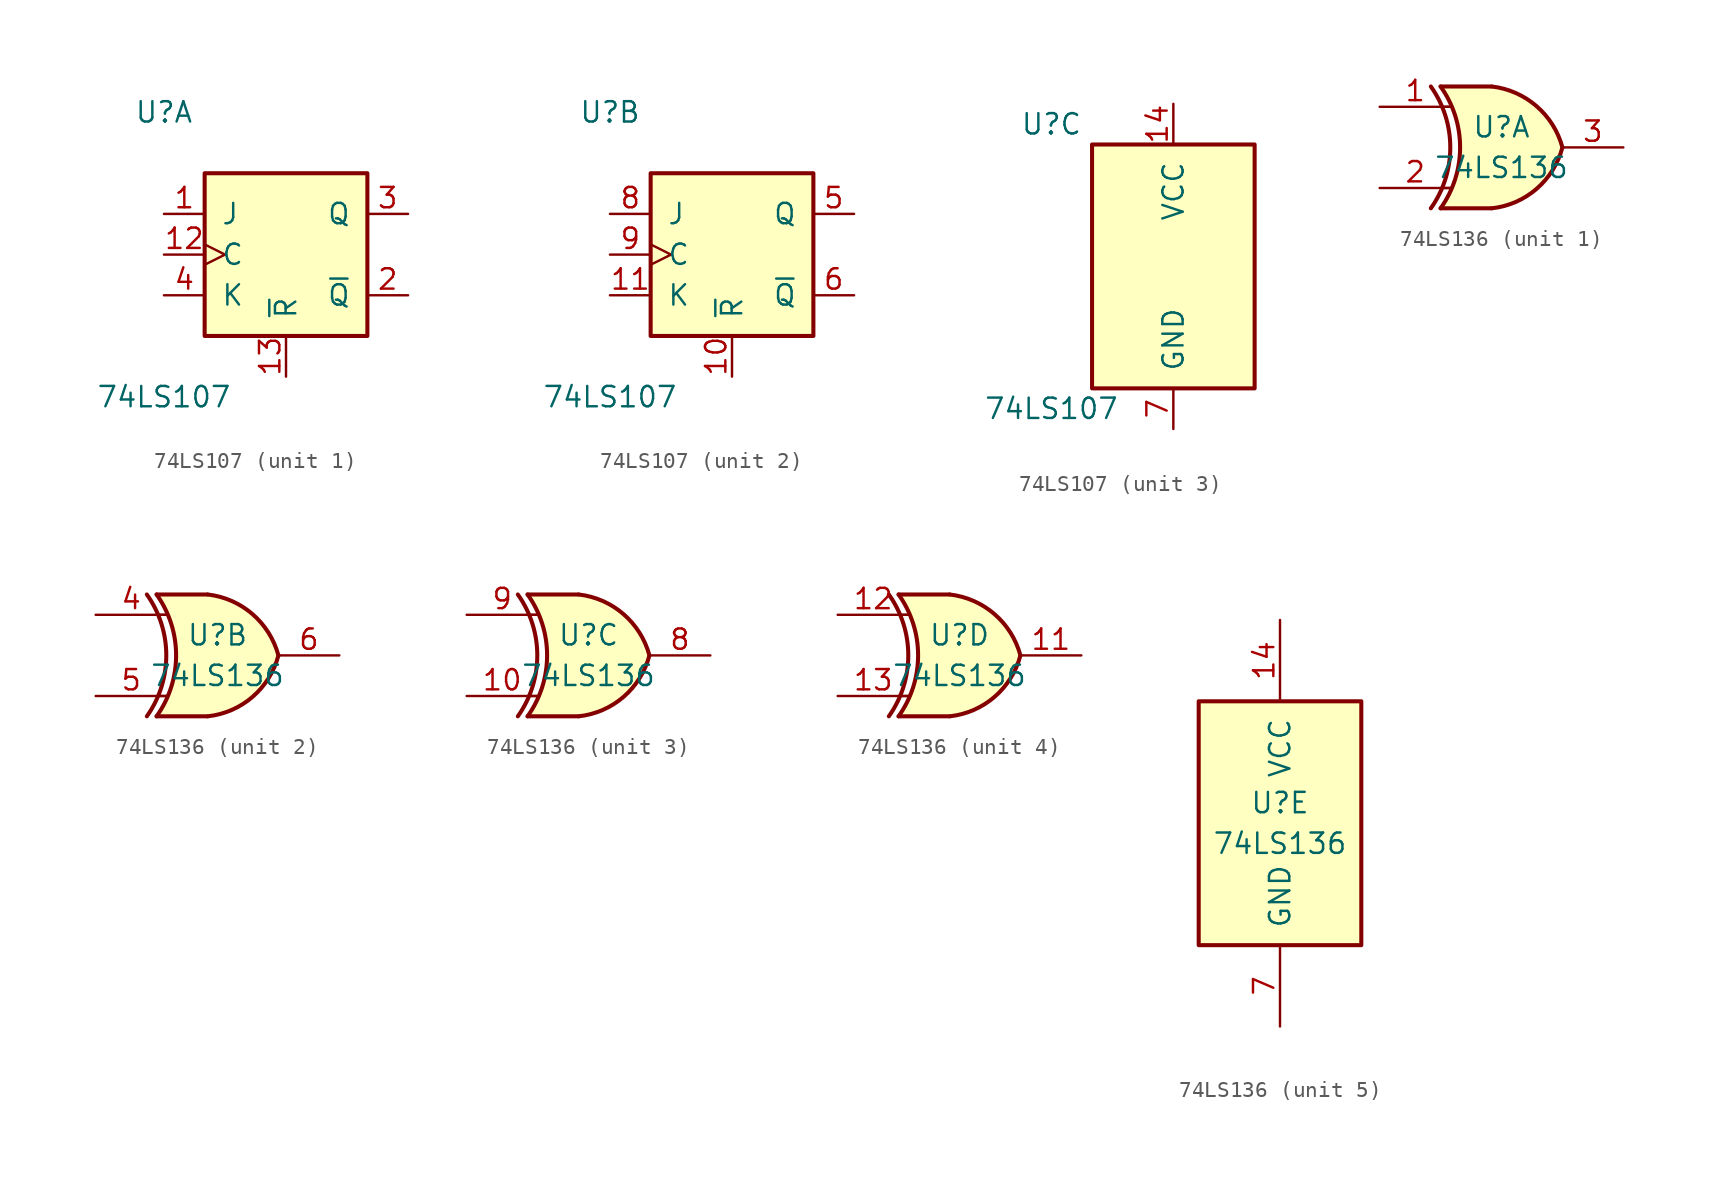
<source format=kicad_sym>
(kicad_symbol_lib
  (version 20241209)
  (generator "kicad_symbol_editor")
  (generator_version "9.0")
  (symbol "74LS107"
    (pin_names
      (offset 1.016))
    (property "Reference" "U"
      (at -7.62 8.89 0)
      (effects (font (size 1.27 1.27))))
    (property "Value" "74LS107"
      (at -7.62 -8.89 0)
      (effects (font (size 1.27 1.27))))
    (property "ki_locked" ""
      (at 0 0 0)
      (effects (font (size 1.27 1.27))))
    (symbol "74LS107_1_0"
      (pin input line (at -7.62 2.54 0) (length 2.54) (name "J" (effects (font (size 1.27 1.27)))) (number "1" (effects (font (size 1.27 1.27)))))
      (pin input clock (at -7.62 0 0) (length 2.54) (name "C" (effects (font (size 1.27 1.27)))) (number "12" (effects (font (size 1.27 1.27)))))
      (pin input line (at -7.62 -2.54 0) (length 2.54) (name "K" (effects (font (size 1.27 1.27)))) (number "4" (effects (font (size 1.27 1.27)))))
      (pin input line (at 0 -7.62 90) (length 2.54) (name "~{R}" (effects (font (size 1.27 1.27)))) (number "13" (effects (font (size 1.27 1.27)))))
      (pin output line (at 7.62 2.54 180) (length 2.54) (name "Q" (effects (font (size 1.27 1.27)))) (number "3" (effects (font (size 1.27 1.27)))))
      (pin output line (at 7.62 -2.54 180) (length 2.54) (name "~{Q}" (effects (font (size 1.27 1.27)))) (number "2" (effects (font (size 1.27 1.27))))))
    (symbol "74LS107_1_1"
      (rectangle (start -5.08 5.08) (end 5.08 -5.08) (stroke (width 0.254) (type solid)) (fill (type background))))
    (symbol "74LS107_2_0"
      (pin input line (at -7.62 2.54 0) (length 2.54) (name "J" (effects (font (size 1.27 1.27)))) (number "8" (effects (font (size 1.27 1.27)))))
      (pin input clock (at -7.62 0 0) (length 2.54) (name "C" (effects (font (size 1.27 1.27)))) (number "9" (effects (font (size 1.27 1.27)))))
      (pin input line (at -7.62 -2.54 0) (length 2.54) (name "K" (effects (font (size 1.27 1.27)))) (number "11" (effects (font (size 1.27 1.27)))))
      (pin input line (at 0 -7.62 90) (length 2.54) (name "~{R}" (effects (font (size 1.27 1.27)))) (number "10" (effects (font (size 1.27 1.27)))))
      (pin output line (at 7.62 2.54 180) (length 2.54) (name "Q" (effects (font (size 1.27 1.27)))) (number "5" (effects (font (size 1.27 1.27)))))
      (pin output line (at 7.62 -2.54 180) (length 2.54) (name "~{Q}" (effects (font (size 1.27 1.27)))) (number "6" (effects (font (size 1.27 1.27))))))
    (symbol "74LS107_2_1"
      (rectangle (start -5.08 5.08) (end 5.08 -5.08) (stroke (width 0.254) (type solid)) (fill (type background))))
    (symbol "74LS107_3_0"
      (pin power_in line (at 0 10.16 270) (length 2.54) (name "VCC" (effects (font (size 1.27 1.27)))) (number "14" (effects (font (size 1.27 1.27)))))
      (pin power_in line (at 0 -10.16 90) (length 2.54) (name "GND" (effects (font (size 1.27 1.27)))) (number "7" (effects (font (size 1.27 1.27))))))
    (symbol "74LS107_3_1"
      (rectangle (start -5.08 7.62) (end 5.08 -7.62) (stroke (width 0.254) (type solid)) (fill (type background)))))
  (symbol "74LS136"
    (pin_names
      (offset 1.016))
    (property "Reference" "U"
      (at 0 1.27 0)
      (effects (font (size 1.27 1.27))))
    (property "Value" "74LS136"
      (at 0 -1.27 0)
      (effects (font (size 1.27 1.27))))
    (property "ki_locked" ""
      (at 0 0 0)
      (effects (font (size 1.27 1.27))))
    (symbol "74LS136_1_0"
      (arc (start -4.4196 3.81) (mid -3.2033 0) (end -4.4196 -3.81) (stroke (width 0.254) (type solid)) (fill (type none)))
      (arc (start -3.81 3.81) (mid -2.589 0) (end -3.81 -3.81) (stroke (width 0.254) (type solid)) (fill (type none)))
      (polyline (pts (xy -3.81 3.81) (xy -0.635 3.81)) (stroke (width 0.254) (type solid)) (fill (type background)))
      (polyline (pts (xy -3.81 -3.81) (xy -0.635 -3.81)) (stroke (width 0.254) (type solid)) (fill (type background)))
      (arc (start 3.81 0) (mid 2.1915 -2.5936) (end -0.6096 -3.81) (stroke (width 0.254) (type solid)) (fill (type background)))
      (arc (start -0.6096 3.81) (mid 2.1842 2.5851) (end 3.81 0) (stroke (width 0.254) (type solid)) (fill (type background)))
      (polyline (pts (xy -0.635 3.81) (xy -3.81 3.81) (xy -3.81 3.81) (xy -3.556 3.404) (xy -3.023 2.261) (xy -2.692 1.041) (xy -2.616 -0.254) (xy -2.769 -1.499) (xy -3.175 -2.718) (xy -3.81 -3.81) (xy -3.81 -3.81) (xy -0.635 -3.81)) (stroke (width -25.4) (type solid)) (fill (type background)))
      (pin input line (at -7.62 2.54 0) (length 4.445) (name "~" (effects (font (size 1.27 1.27)))) (number "1" (effects (font (size 1.27 1.27)))))
      (pin input line (at -7.62 -2.54 0) (length 4.445) (name "~" (effects (font (size 1.27 1.27)))) (number "2" (effects (font (size 1.27 1.27)))))
      (pin open_collector line (at 7.62 0 180) (length 3.81) (name "~" (effects (font (size 1.27 1.27)))) (number "3" (effects (font (size 1.27 1.27))))))
    (symbol "74LS136_1_1"
      (polyline (pts (xy -3.81 2.54) (xy -3.175 2.54)) (stroke (width 0.152) (type solid)) (fill (type none)))
      (polyline (pts (xy -3.81 -2.54) (xy -3.175 -2.54)) (stroke (width 0.152) (type solid)) (fill (type none))))
    (symbol "74LS136_2_0"
      (arc (start -4.4196 3.81) (mid -3.2033 0) (end -4.4196 -3.81) (stroke (width 0.254) (type solid)) (fill (type none)))
      (arc (start -3.81 3.81) (mid -2.589 0) (end -3.81 -3.81) (stroke (width 0.254) (type solid)) (fill (type none)))
      (polyline (pts (xy -3.81 3.81) (xy -0.635 3.81)) (stroke (width 0.254) (type solid)) (fill (type background)))
      (polyline (pts (xy -3.81 -3.81) (xy -0.635 -3.81)) (stroke (width 0.254) (type solid)) (fill (type background)))
      (arc (start 3.81 0) (mid 2.1915 -2.5936) (end -0.6096 -3.81) (stroke (width 0.254) (type solid)) (fill (type background)))
      (arc (start -0.6096 3.81) (mid 2.1842 2.5851) (end 3.81 0) (stroke (width 0.254) (type solid)) (fill (type background)))
      (polyline (pts (xy -0.635 3.81) (xy -3.81 3.81) (xy -3.81 3.81) (xy -3.556 3.404) (xy -3.023 2.261) (xy -2.692 1.041) (xy -2.616 -0.254) (xy -2.769 -1.499) (xy -3.175 -2.718) (xy -3.81 -3.81) (xy -3.81 -3.81) (xy -0.635 -3.81)) (stroke (width -25.4) (type solid)) (fill (type background)))
      (pin input line (at -7.62 2.54 0) (length 4.445) (name "~" (effects (font (size 1.27 1.27)))) (number "4" (effects (font (size 1.27 1.27)))))
      (pin input line (at -7.62 -2.54 0) (length 4.445) (name "~" (effects (font (size 1.27 1.27)))) (number "5" (effects (font (size 1.27 1.27)))))
      (pin open_collector line (at 7.62 0 180) (length 3.81) (name "~" (effects (font (size 1.27 1.27)))) (number "6" (effects (font (size 1.27 1.27))))))
    (symbol "74LS136_2_1"
      (polyline (pts (xy -3.81 2.54) (xy -3.175 2.54)) (stroke (width 0.152) (type solid)) (fill (type none)))
      (polyline (pts (xy -3.81 -2.54) (xy -3.175 -2.54)) (stroke (width 0.152) (type solid)) (fill (type none))))
    (symbol "74LS136_3_0"
      (arc (start -4.4196 3.81) (mid -3.2033 0) (end -4.4196 -3.81) (stroke (width 0.254) (type solid)) (fill (type none)))
      (arc (start -3.81 3.81) (mid -2.589 0) (end -3.81 -3.81) (stroke (width 0.254) (type solid)) (fill (type none)))
      (polyline (pts (xy -3.81 3.81) (xy -0.635 3.81)) (stroke (width 0.254) (type solid)) (fill (type background)))
      (polyline (pts (xy -3.81 -3.81) (xy -0.635 -3.81)) (stroke (width 0.254) (type solid)) (fill (type background)))
      (arc (start 3.81 0) (mid 2.1915 -2.5936) (end -0.6096 -3.81) (stroke (width 0.254) (type solid)) (fill (type background)))
      (arc (start -0.6096 3.81) (mid 2.1842 2.5851) (end 3.81 0) (stroke (width 0.254) (type solid)) (fill (type background)))
      (polyline (pts (xy -0.635 3.81) (xy -3.81 3.81) (xy -3.81 3.81) (xy -3.556 3.404) (xy -3.023 2.261) (xy -2.692 1.041) (xy -2.616 -0.254) (xy -2.769 -1.499) (xy -3.175 -2.718) (xy -3.81 -3.81) (xy -3.81 -3.81) (xy -0.635 -3.81)) (stroke (width -25.4) (type solid)) (fill (type background)))
      (pin input line (at -7.62 2.54 0) (length 4.445) (name "~" (effects (font (size 1.27 1.27)))) (number "9" (effects (font (size 1.27 1.27)))))
      (pin input line (at -7.62 -2.54 0) (length 4.445) (name "~" (effects (font (size 1.27 1.27)))) (number "10" (effects (font (size 1.27 1.27)))))
      (pin open_collector line (at 7.62 0 180) (length 3.81) (name "~" (effects (font (size 1.27 1.27)))) (number "8" (effects (font (size 1.27 1.27))))))
    (symbol "74LS136_3_1"
      (polyline (pts (xy -3.81 2.54) (xy -3.175 2.54)) (stroke (width 0.152) (type solid)) (fill (type none)))
      (polyline (pts (xy -3.81 -2.54) (xy -3.175 -2.54)) (stroke (width 0.152) (type solid)) (fill (type none))))
    (symbol "74LS136_4_0"
      (arc (start -4.4196 3.81) (mid -3.2033 0) (end -4.4196 -3.81) (stroke (width 0.254) (type solid)) (fill (type none)))
      (arc (start -3.81 3.81) (mid -2.589 0) (end -3.81 -3.81) (stroke (width 0.254) (type solid)) (fill (type none)))
      (polyline (pts (xy -3.81 3.81) (xy -0.635 3.81)) (stroke (width 0.254) (type solid)) (fill (type background)))
      (polyline (pts (xy -3.81 -3.81) (xy -0.635 -3.81)) (stroke (width 0.254) (type solid)) (fill (type background)))
      (arc (start 3.81 0) (mid 2.1915 -2.5936) (end -0.6096 -3.81) (stroke (width 0.254) (type solid)) (fill (type background)))
      (arc (start -0.6096 3.81) (mid 2.1842 2.5851) (end 3.81 0) (stroke (width 0.254) (type solid)) (fill (type background)))
      (polyline (pts (xy -0.635 3.81) (xy -3.81 3.81) (xy -3.81 3.81) (xy -3.556 3.404) (xy -3.023 2.261) (xy -2.692 1.041) (xy -2.616 -0.254) (xy -2.769 -1.499) (xy -3.175 -2.718) (xy -3.81 -3.81) (xy -3.81 -3.81) (xy -0.635 -3.81)) (stroke (width -25.4) (type solid)) (fill (type background)))
      (pin input line (at -7.62 2.54 0) (length 4.445) (name "~" (effects (font (size 1.27 1.27)))) (number "12" (effects (font (size 1.27 1.27)))))
      (pin input line (at -7.62 -2.54 0) (length 4.445) (name "~" (effects (font (size 1.27 1.27)))) (number "13" (effects (font (size 1.27 1.27)))))
      (pin open_collector line (at 7.62 0 180) (length 3.81) (name "~" (effects (font (size 1.27 1.27)))) (number "11" (effects (font (size 1.27 1.27))))))
    (symbol "74LS136_4_1"
      (polyline (pts (xy -3.81 2.54) (xy -3.175 2.54)) (stroke (width 0.152) (type solid)) (fill (type none)))
      (polyline (pts (xy -3.81 -2.54) (xy -3.175 -2.54)) (stroke (width 0.152) (type solid)) (fill (type none))))
    (symbol "74LS136_5_0"
      (pin power_in line (at 0 12.7 270) (length 5.08) (name "VCC" (effects (font (size 1.27 1.27)))) (number "14" (effects (font (size 1.27 1.27)))))
      (pin power_in line (at 0 -12.7 90) (length 5.08) (name "GND" (effects (font (size 1.27 1.27)))) (number "7" (effects (font (size 1.27 1.27))))))
    (symbol "74LS136_5_1"
      (rectangle (start -5.08 7.62) (end 5.08 -7.62) (stroke (width 0.254) (type solid)) (fill (type background))))))
</source>
